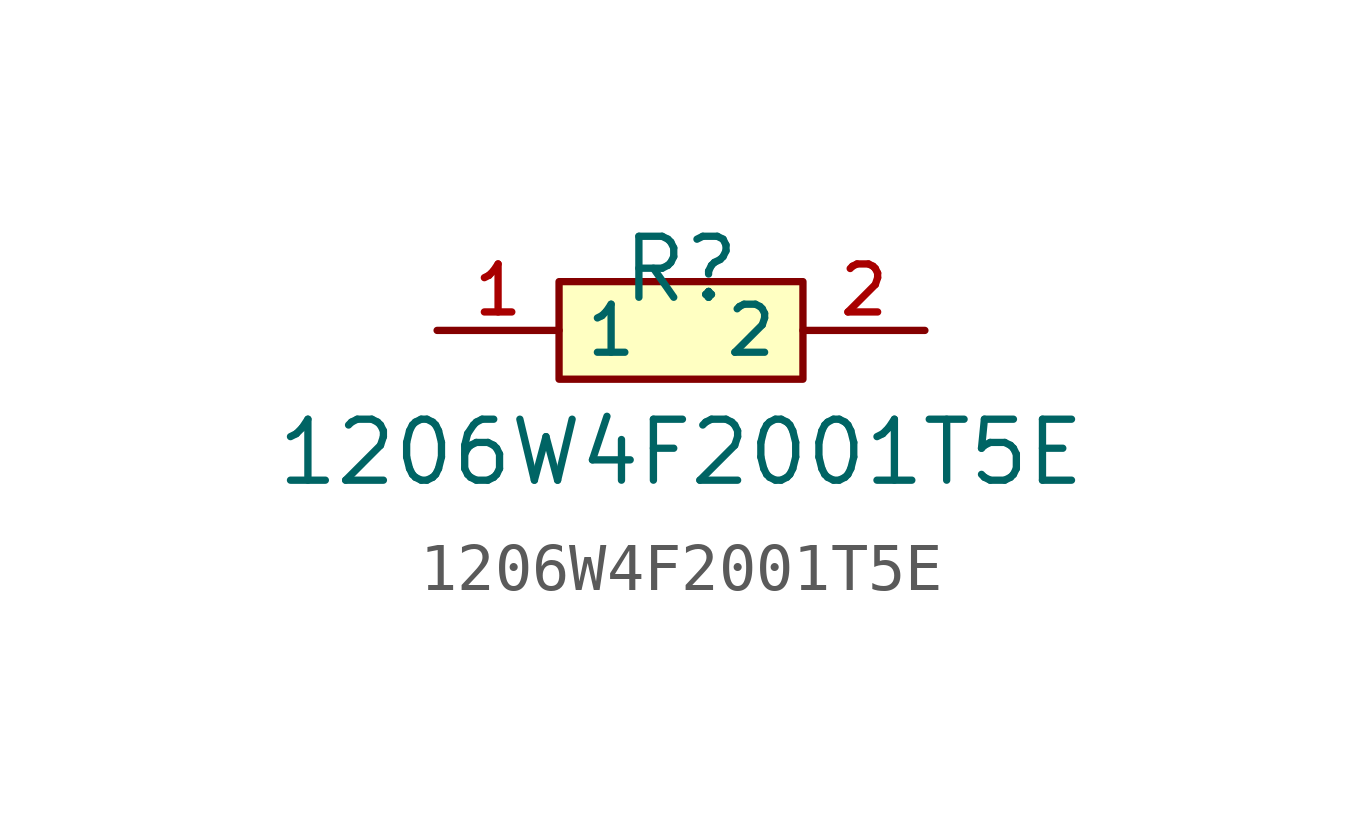
<source format=kicad_sym>
(kicad_symbol_lib
  (version 20210201)
  (generator TousstNicolas/JLC2KiCad_lib)
  (symbol "1206W4F2001T5E"
    (property "Reference" "R"
      (at 0 1.27 0)
      (effects (font (size 1.27 1.27))))
    (property "Value" "1206W4F2001T5E"
      (at 0 -2.54 0)
      (effects (font (size 1.27 1.27))))
    (symbol "1206W4F2001T5E_0_1"
      (pin input line (at 5.08 -0.0 180) (length 2.54) (name "2" (effects (font (size 1 1)))) (number "2" (effects (font (size 1 1)))))
      (pin input line (at -5.08 -0.0 0) (length 2.54) (name "1" (effects (font (size 1 1)))) (number "1" (effects (font (size 1 1)))))
      (rectangle (start -2.54 1.016) (end 2.54 -1.016) (stroke (width 0) (type default) (color 0 0 0 0)) (fill (type background))))))
</source>
